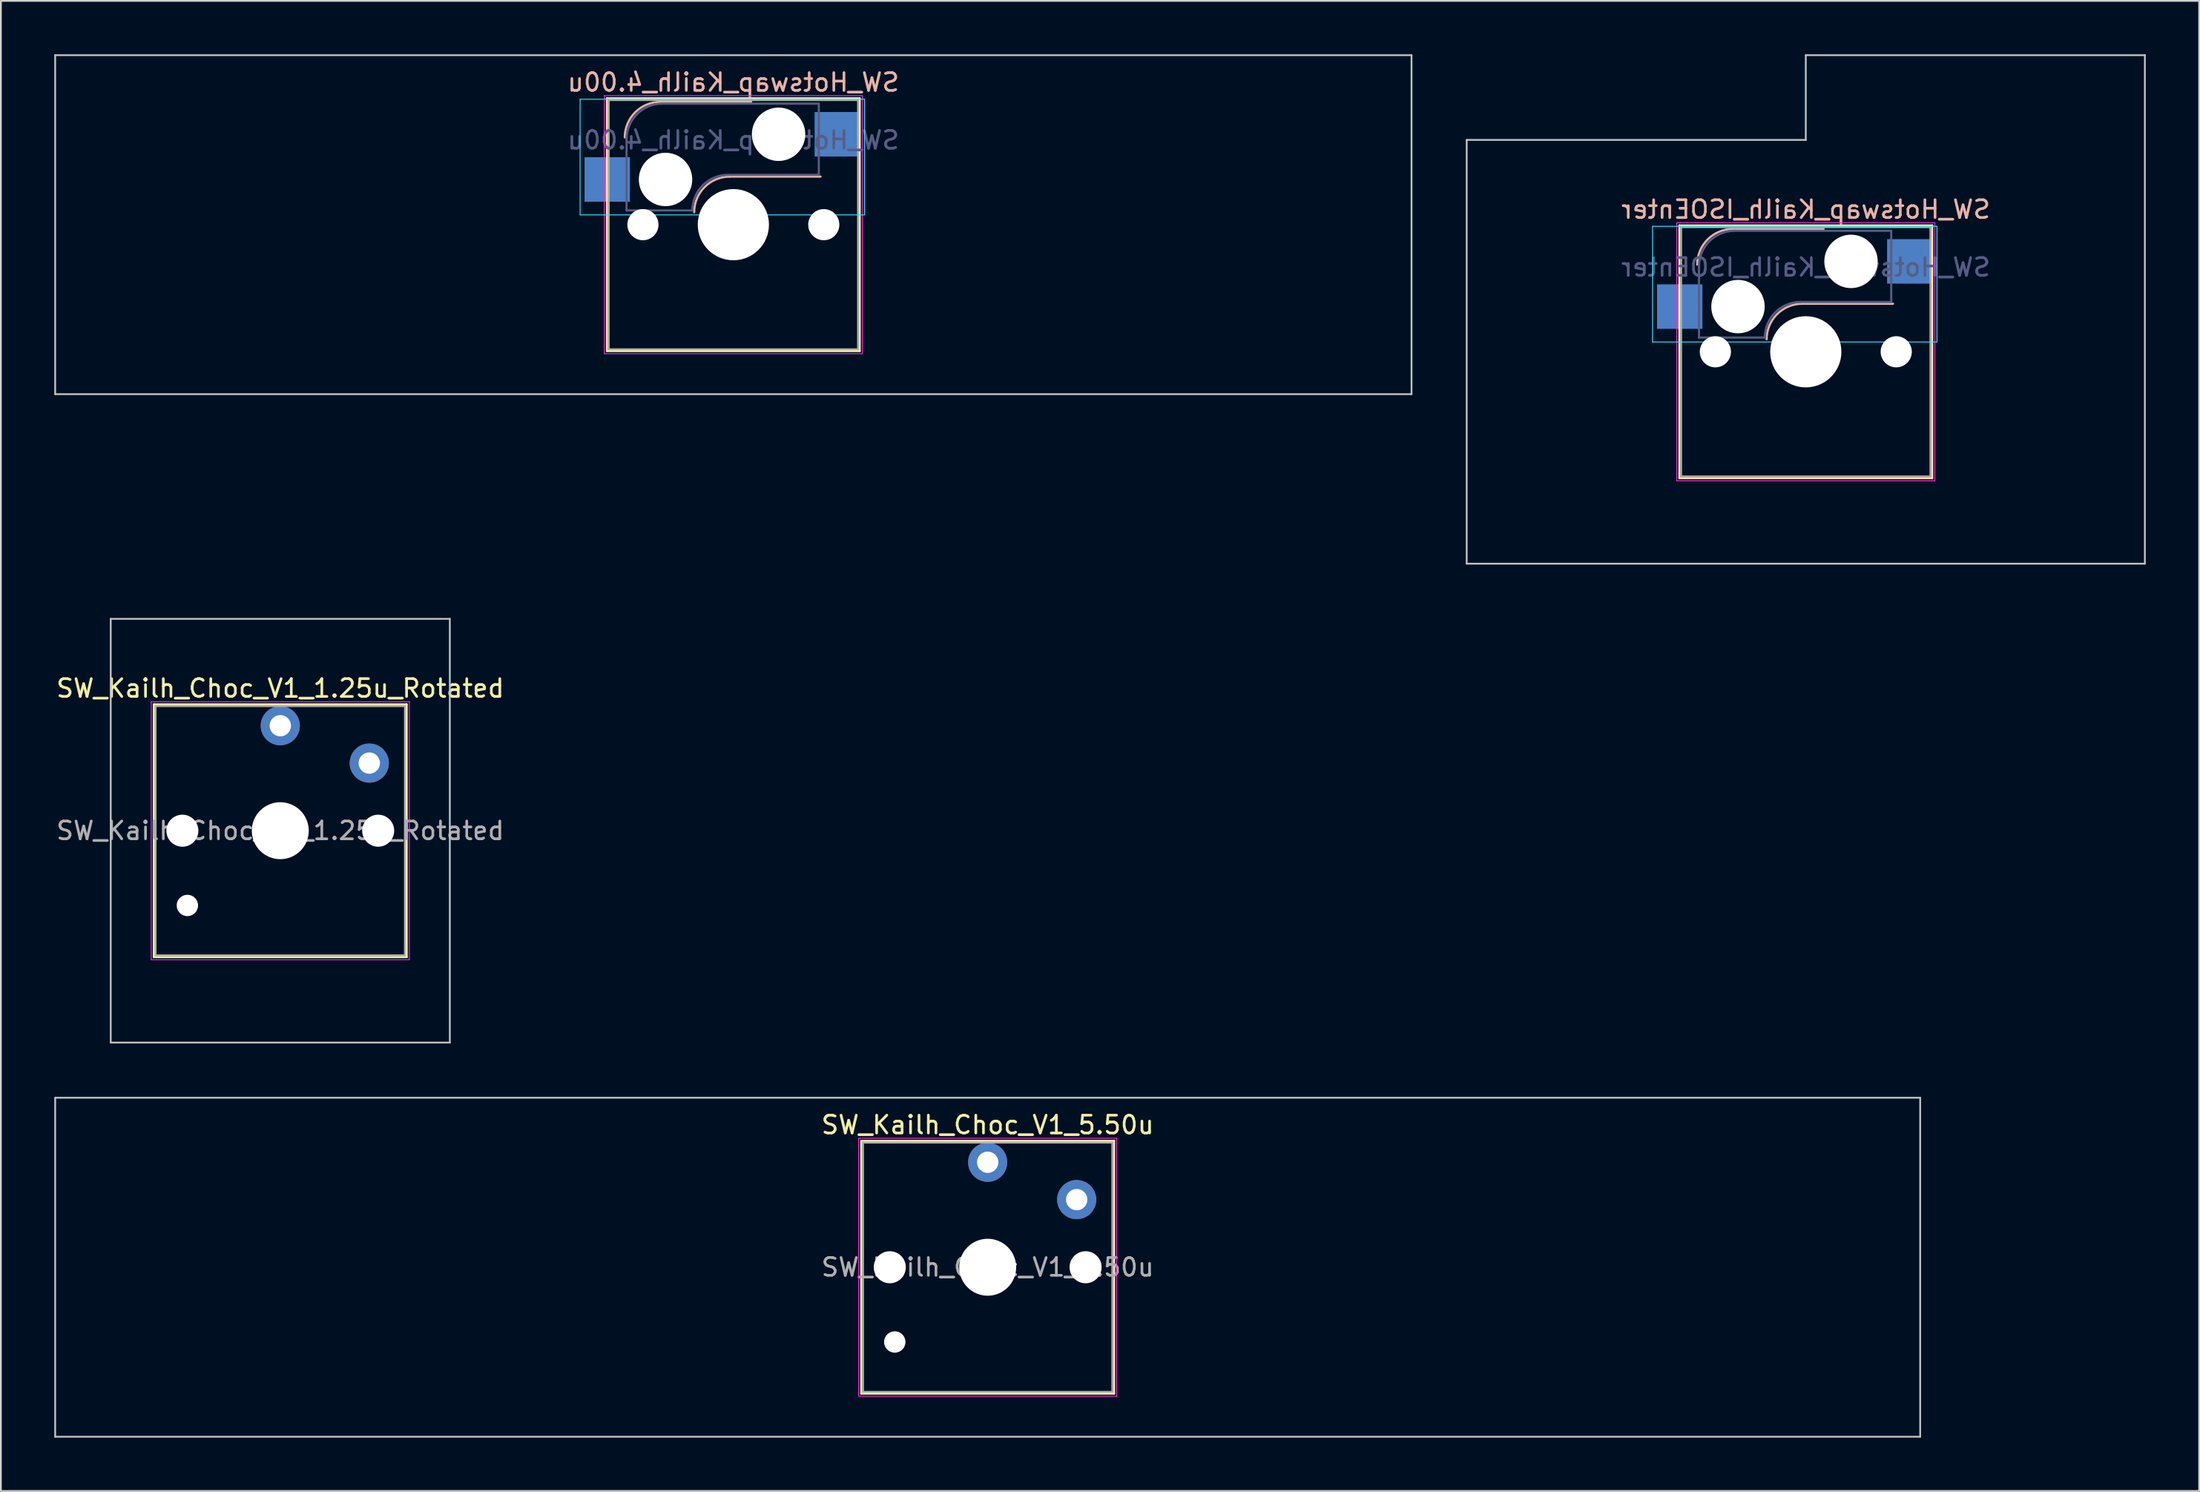
<source format=kicad_pcb>
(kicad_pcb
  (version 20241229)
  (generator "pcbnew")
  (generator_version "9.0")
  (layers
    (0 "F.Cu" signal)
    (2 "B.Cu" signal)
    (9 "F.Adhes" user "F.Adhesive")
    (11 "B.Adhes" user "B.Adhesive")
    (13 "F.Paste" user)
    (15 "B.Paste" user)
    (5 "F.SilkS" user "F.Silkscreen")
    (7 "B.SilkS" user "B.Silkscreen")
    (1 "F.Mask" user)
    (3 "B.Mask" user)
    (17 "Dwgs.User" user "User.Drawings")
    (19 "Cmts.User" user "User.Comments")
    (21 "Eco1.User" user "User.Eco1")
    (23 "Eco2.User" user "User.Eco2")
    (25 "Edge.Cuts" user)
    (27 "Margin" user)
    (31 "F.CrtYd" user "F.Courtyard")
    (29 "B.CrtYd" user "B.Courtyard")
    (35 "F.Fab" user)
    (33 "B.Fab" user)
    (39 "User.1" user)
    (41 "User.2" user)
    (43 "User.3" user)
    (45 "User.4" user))
  (footprint "SW_Kailh_Choc_V1_5.50u"
    (layer "F.Cu")
    (at 52.438 68.162)
    (property "Reference" "SW_Kailh_Choc_V1_5.50u" (at 0 -8 0) (layer "F.SilkS") (effects (font (size 1 1) (thickness 0.15))))
    (attr through_hole)
    (fp_line (start -7.1 -7.1) (end -7.1 7.1) (stroke (width 0.12) (type solid)) (layer "F.SilkS"))
    (fp_line (start -7.1 7.1) (end 7.1 7.1) (stroke (width 0.12) (type solid)) (layer "F.SilkS"))
    (fp_line (start 7.1 -7.1) (end -7.1 -7.1) (stroke (width 0.12) (type solid)) (layer "F.SilkS"))
    (fp_line (start 7.1 7.1) (end 7.1 -7.1) (stroke (width 0.12) (type solid)) (layer "F.SilkS"))
    (fp_line (start -52.388 -9.525) (end -52.388 9.525) (stroke (width 0.1) (type solid)) (layer "Dwgs.User"))
    (fp_line (start -52.388 9.525) (end 52.388 9.525) (stroke (width 0.1) (type solid)) (layer "Dwgs.User"))
    (fp_line (start 52.388 -9.525) (end -52.388 -9.525) (stroke (width 0.1) (type solid)) (layer "Dwgs.User"))
    (fp_line (start 52.388 9.525) (end 52.388 -9.525) (stroke (width 0.1) (type solid)) (layer "Dwgs.User"))
    (fp_line (start -7.25 -7.25) (end -7.25 7.25) (stroke (width 0.05) (type solid)) (layer "F.CrtYd"))
    (fp_line (start -7.25 7.25) (end 7.25 7.25) (stroke (width 0.05) (type solid)) (layer "F.CrtYd"))
    (fp_line (start 7.25 -7.25) (end -7.25 -7.25) (stroke (width 0.05) (type solid)) (layer "F.CrtYd"))
    (fp_line (start 7.25 7.25) (end 7.25 -7.25) (stroke (width 0.05) (type solid)) (layer "F.CrtYd"))
    (fp_line (start -7 -7) (end -7 7) (stroke (width 0.1) (type solid)) (layer "F.Fab"))
    (fp_line (start -7 7) (end 7 7) (stroke (width 0.1) (type solid)) (layer "F.Fab"))
    (fp_line (start 7 -7) (end -7 -7) (stroke (width 0.1) (type solid)) (layer "F.Fab"))
    (fp_line (start 7 7) (end 7 -7) (stroke (width 0.1) (type solid)) (layer "F.Fab"))
    (fp_text user "${REFERENCE}" (at 0 0 0) (layer "F.Fab") (effects (font (size 1 1) (thickness 0.15))))
    (pad "" np_thru_hole circle (at -5.5 0) (size 1.8 1.8) (drill 1.8) (layers "*.Cu" "*.Mask"))
    (pad "" np_thru_hole circle (at -5.22 4.2) (size 1.2 1.2) (drill 1.2) (layers "*.Cu" "*.Mask"))
    (pad "" np_thru_hole circle (at 0 0) (size 3.2 3.2) (drill 3.2) (layers "*.Cu" "*.Mask"))
    (pad "" np_thru_hole circle (at 5.5 0) (size 1.8 1.8) (drill 1.8) (layers "*.Cu" "*.Mask"))
    (pad "1" thru_hole circle (at 0 -5.9) (size 2.2 2.2) (drill 1.2) (layers "*.Cu" "B.Mask"))
    (pad "2" thru_hole circle (at 5 -3.8) (size 2.2 2.2) (drill 1.2) (layers "*.Cu" "B.Mask")))
  (footprint "SW_Hotswap_Kailh_ISOEnter"
    (layer "F.Cu")
    (at 98.4 16.719)
    (property "Reference" "SW_Hotswap_Kailh_ISOEnter" (at 0 -8 0) (layer "B.SilkS") (effects (font (size 1 1) (thickness 0.15)) (justify mirror)))
    (attr smd)
    (fp_line (start -7.1 -7.1) (end -7.1 7.1) (stroke (width 0.12) (type solid)) (layer "F.SilkS"))
    (fp_line (start -7.1 7.1) (end 7.1 7.1) (stroke (width 0.12) (type solid)) (layer "F.SilkS"))
    (fp_line (start 7.1 -7.1) (end -7.1 -7.1) (stroke (width 0.12) (type solid)) (layer "F.SilkS"))
    (fp_line (start 7.1 7.1) (end 7.1 -7.1) (stroke (width 0.12) (type solid)) (layer "F.SilkS"))
    (fp_line (start -4.1 -6.9) (end 1 -6.9) (stroke (width 0.12) (type solid)) (layer "B.SilkS"))
    (fp_line (start -0.2 -2.7) (end 4.9 -2.7) (stroke (width 0.12) (type solid)) (layer "B.SilkS"))
    (fp_arc (start -6.1 -4.9) (mid -5.514214 -6.314214) (end -4.1 -6.9) (stroke (width 0.12) (type solid)) (layer "B.SilkS"))
    (fp_arc (start -2.2 -0.7) (mid -1.614214 -2.114214) (end -0.2 -2.7) (stroke (width 0.12) (type solid)) (layer "B.SilkS"))
    (fp_line (start -19.05 -11.906) (end -19.05 11.906) (stroke (width 0.1) (type solid)) (layer "Dwgs.User"))
    (fp_line (start -19.05 11.906) (end 19.05 11.906) (stroke (width 0.1) (type solid)) (layer "Dwgs.User"))
    (fp_line (start 0 -16.669) (end 0 -11.906) (stroke (width 0.1) (type solid)) (layer "Dwgs.User"))
    (fp_line (start 0 -11.906) (end -19.05 -11.906) (stroke (width 0.1) (type solid)) (layer "Dwgs.User"))
    (fp_line (start 19.05 -16.669) (end 0 -16.669) (stroke (width 0.1) (type solid)) (layer "Dwgs.User"))
    (fp_line (start 19.05 11.906) (end 19.05 -16.669) (stroke (width 0.1) (type solid)) (layer "Dwgs.User"))
    (fp_line (start -8.61 -7.05) (end -8.61 -0.55) (stroke (width 0.05) (type solid)) (layer "B.CrtYd"))
    (fp_line (start -8.61 -0.55) (end 7.37 -0.55) (stroke (width 0.05) (type solid)) (layer "B.CrtYd"))
    (fp_line (start 7.37 -7.05) (end -8.61 -7.05) (stroke (width 0.05) (type solid)) (layer "B.CrtYd"))
    (fp_line (start 7.37 -0.55) (end 7.37 -7.05) (stroke (width 0.05) (type solid)) (layer "B.CrtYd"))
    (fp_line (start -7.25 -7.25) (end -7.25 7.25) (stroke (width 0.05) (type solid)) (layer "F.CrtYd"))
    (fp_line (start -7.25 7.25) (end 7.25 7.25) (stroke (width 0.05) (type solid)) (layer "F.CrtYd"))
    (fp_line (start 7.25 -7.25) (end -7.25 -7.25) (stroke (width 0.05) (type solid)) (layer "F.CrtYd"))
    (fp_line (start 7.25 7.25) (end 7.25 -7.25) (stroke (width 0.05) (type solid)) (layer "F.CrtYd"))
    (fp_line (start -6 -0.8) (end -6 -4.8) (stroke (width 0.12) (type solid)) (layer "B.Fab"))
    (fp_line (start -6 -0.8) (end -2.3 -0.8) (stroke (width 0.12) (type solid)) (layer "B.Fab"))
    (fp_line (start -4 -6.8) (end 4.8 -6.8) (stroke (width 0.12) (type solid)) (layer "B.Fab"))
    (fp_line (start -0.3 -2.8) (end 4.8 -2.8) (stroke (width 0.12) (type solid)) (layer "B.Fab"))
    (fp_line (start 4.8 -6.8) (end 4.8 -2.8) (stroke (width 0.12) (type solid)) (layer "B.Fab"))
    (fp_arc (start -6 -4.8) (mid -5.414214 -6.214214) (end -4 -6.8) (stroke (width 0.12) (type solid)) (layer "B.Fab"))
    (fp_arc (start -2.3 -0.8) (mid -1.714214 -2.214214) (end -0.3 -2.8) (stroke (width 0.12) (type solid)) (layer "B.Fab"))
    (fp_line (start -7 -7) (end -7 7) (stroke (width 0.1) (type solid)) (layer "F.Fab"))
    (fp_line (start -7 7) (end 7 7) (stroke (width 0.1) (type solid)) (layer "F.Fab"))
    (fp_line (start 7 -7) (end -7 -7) (stroke (width 0.1) (type solid)) (layer "F.Fab"))
    (fp_line (start 7 7) (end 7 -7) (stroke (width 0.1) (type solid)) (layer "F.Fab"))
    (fp_text user "${REFERENCE}" (at 0 -4.75 0) (layer "B.Fab") (effects (font (size 1 1) (thickness 0.15)) (justify mirror)))
    (pad "" np_thru_hole circle (at -5.08 0) (size 1.75 1.75) (drill 1.75) (layers "*.Cu" "*.Mask"))
    (pad "" np_thru_hole circle (at -3.81 -2.54) (size 3 3) (drill 3) (layers "*.Cu" "*.Mask"))
    (pad "" np_thru_hole circle (at 0 0) (size 4 4) (drill 4) (layers "*.Cu" "*.Mask"))
    (pad "" np_thru_hole circle (at 2.54 -5.08) (size 3 3) (drill 3) (layers "*.Cu" "*.Mask"))
    (pad "" np_thru_hole circle (at 5.08 0) (size 1.75 1.75) (drill 1.75) (layers "*.Cu" "*.Mask"))
    (pad "1" smd rect (at -7.085 -2.54) (size 2.55 2.5) (layers "B.Cu" "B.Mask" "B.Paste"))
    (pad "2" smd rect (at 5.842 -5.08) (size 2.55 2.5) (layers "B.Cu" "B.Mask" "B.Paste")))
  (footprint "SW_Hotswap_Kailh_4.00u"
    (layer "F.Cu")
    (at 38.15 9.575)
    (property "Reference" "SW_Hotswap_Kailh_4.00u" (at 0 -8 0) (layer "B.SilkS") (effects (font (size 1 1) (thickness 0.15)) (justify mirror)))
    (attr smd)
    (fp_line (start -7.1 -7.1) (end -7.1 7.1) (stroke (width 0.12) (type solid)) (layer "F.SilkS"))
    (fp_line (start -7.1 7.1) (end 7.1 7.1) (stroke (width 0.12) (type solid)) (layer "F.SilkS"))
    (fp_line (start 7.1 -7.1) (end -7.1 -7.1) (stroke (width 0.12) (type solid)) (layer "F.SilkS"))
    (fp_line (start 7.1 7.1) (end 7.1 -7.1) (stroke (width 0.12) (type solid)) (layer "F.SilkS"))
    (fp_line (start -4.1 -6.9) (end 1 -6.9) (stroke (width 0.12) (type solid)) (layer "B.SilkS"))
    (fp_line (start -0.2 -2.7) (end 4.9 -2.7) (stroke (width 0.12) (type solid)) (layer "B.SilkS"))
    (fp_arc (start -6.1 -4.9) (mid -5.514214 -6.314214) (end -4.1 -6.9) (stroke (width 0.12) (type solid)) (layer "B.SilkS"))
    (fp_arc (start -2.2 -0.7) (mid -1.614214 -2.114214) (end -0.2 -2.7) (stroke (width 0.12) (type solid)) (layer "B.SilkS"))
    (fp_line (start -38.1 -9.525) (end -38.1 9.525) (stroke (width 0.1) (type solid)) (layer "Dwgs.User"))
    (fp_line (start -38.1 9.525) (end 38.1 9.525) (stroke (width 0.1) (type solid)) (layer "Dwgs.User"))
    (fp_line (start 38.1 -9.525) (end -38.1 -9.525) (stroke (width 0.1) (type solid)) (layer "Dwgs.User"))
    (fp_line (start 38.1 9.525) (end 38.1 -9.525) (stroke (width 0.1) (type solid)) (layer "Dwgs.User"))
    (fp_line (start -8.61 -7.05) (end -8.61 -0.55) (stroke (width 0.05) (type solid)) (layer "B.CrtYd"))
    (fp_line (start -8.61 -0.55) (end 7.37 -0.55) (stroke (width 0.05) (type solid)) (layer "B.CrtYd"))
    (fp_line (start 7.37 -7.05) (end -8.61 -7.05) (stroke (width 0.05) (type solid)) (layer "B.CrtYd"))
    (fp_line (start 7.37 -0.55) (end 7.37 -7.05) (stroke (width 0.05) (type solid)) (layer "B.CrtYd"))
    (fp_line (start -7.25 -7.25) (end -7.25 7.25) (stroke (width 0.05) (type solid)) (layer "F.CrtYd"))
    (fp_line (start -7.25 7.25) (end 7.25 7.25) (stroke (width 0.05) (type solid)) (layer "F.CrtYd"))
    (fp_line (start 7.25 -7.25) (end -7.25 -7.25) (stroke (width 0.05) (type solid)) (layer "F.CrtYd"))
    (fp_line (start 7.25 7.25) (end 7.25 -7.25) (stroke (width 0.05) (type solid)) (layer "F.CrtYd"))
    (fp_line (start -6 -0.8) (end -6 -4.8) (stroke (width 0.12) (type solid)) (layer "B.Fab"))
    (fp_line (start -6 -0.8) (end -2.3 -0.8) (stroke (width 0.12) (type solid)) (layer "B.Fab"))
    (fp_line (start -4 -6.8) (end 4.8 -6.8) (stroke (width 0.12) (type solid)) (layer "B.Fab"))
    (fp_line (start -0.3 -2.8) (end 4.8 -2.8) (stroke (width 0.12) (type solid)) (layer "B.Fab"))
    (fp_line (start 4.8 -6.8) (end 4.8 -2.8) (stroke (width 0.12) (type solid)) (layer "B.Fab"))
    (fp_arc (start -6 -4.8) (mid -5.414214 -6.214214) (end -4 -6.8) (stroke (width 0.12) (type solid)) (layer "B.Fab"))
    (fp_arc (start -2.3 -0.8) (mid -1.714214 -2.214214) (end -0.3 -2.8) (stroke (width 0.12) (type solid)) (layer "B.Fab"))
    (fp_line (start -7 -7) (end -7 7) (stroke (width 0.1) (type solid)) (layer "F.Fab"))
    (fp_line (start -7 7) (end 7 7) (stroke (width 0.1) (type solid)) (layer "F.Fab"))
    (fp_line (start 7 -7) (end -7 -7) (stroke (width 0.1) (type solid)) (layer "F.Fab"))
    (fp_line (start 7 7) (end 7 -7) (stroke (width 0.1) (type solid)) (layer "F.Fab"))
    (fp_text user "${REFERENCE}" (at 0 -4.75 0) (layer "B.Fab") (effects (font (size 1 1) (thickness 0.15)) (justify mirror)))
    (pad "" np_thru_hole circle (at -5.08 0) (size 1.75 1.75) (drill 1.75) (layers "*.Cu" "*.Mask"))
    (pad "" np_thru_hole circle (at -3.81 -2.54) (size 3 3) (drill 3) (layers "*.Cu" "*.Mask"))
    (pad "" np_thru_hole circle (at 0 0) (size 4 4) (drill 4) (layers "*.Cu" "*.Mask"))
    (pad "" np_thru_hole circle (at 2.54 -5.08) (size 3 3) (drill 3) (layers "*.Cu" "*.Mask"))
    (pad "" np_thru_hole circle (at 5.08 0) (size 1.75 1.75) (drill 1.75) (layers "*.Cu" "*.Mask"))
    (pad "1" smd rect (at -7.085 -2.54) (size 2.55 2.5) (layers "B.Cu" "B.Mask" "B.Paste"))
    (pad "2" smd rect (at 5.842 -5.08) (size 2.55 2.5) (layers "B.Cu" "B.Mask" "B.Paste")))
  (footprint "SW_Kailh_Choc_V1_1.25u_Rotated"
    (layer "F.Cu")
    (at 12.696 43.631)
    (property "Reference" "SW_Kailh_Choc_V1_1.25u_Rotated" (at 0 -8 0) (layer "F.SilkS") (effects (font (size 1 1) (thickness 0.15))))
    (attr through_hole)
    (fp_line (start -7.1 -7.1) (end -7.1 7.1) (stroke (width 0.12) (type solid)) (layer "F.SilkS"))
    (fp_line (start -7.1 7.1) (end 7.1 7.1) (stroke (width 0.12) (type solid)) (layer "F.SilkS"))
    (fp_line (start 7.1 -7.1) (end -7.1 -7.1) (stroke (width 0.12) (type solid)) (layer "F.SilkS"))
    (fp_line (start 7.1 7.1) (end 7.1 -7.1) (stroke (width 0.12) (type solid)) (layer "F.SilkS"))
    (fp_line (start -9.525 -11.906) (end -9.525 11.906) (stroke (width 0.1) (type solid)) (layer "Dwgs.User"))
    (fp_line (start -9.525 11.906) (end 9.525 11.906) (stroke (width 0.1) (type solid)) (layer "Dwgs.User"))
    (fp_line (start 9.525 -11.906) (end -9.525 -11.906) (stroke (width 0.1) (type solid)) (layer "Dwgs.User"))
    (fp_line (start 9.525 11.906) (end 9.525 -11.906) (stroke (width 0.1) (type solid)) (layer "Dwgs.User"))
    (fp_line (start -7.25 -7.25) (end -7.25 7.25) (stroke (width 0.05) (type solid)) (layer "F.CrtYd"))
    (fp_line (start -7.25 7.25) (end 7.25 7.25) (stroke (width 0.05) (type solid)) (layer "F.CrtYd"))
    (fp_line (start 7.25 -7.25) (end -7.25 -7.25) (stroke (width 0.05) (type solid)) (layer "F.CrtYd"))
    (fp_line (start 7.25 7.25) (end 7.25 -7.25) (stroke (width 0.05) (type solid)) (layer "F.CrtYd"))
    (fp_line (start -7 -7) (end -7 7) (stroke (width 0.1) (type solid)) (layer "F.Fab"))
    (fp_line (start -7 7) (end 7 7) (stroke (width 0.1) (type solid)) (layer "F.Fab"))
    (fp_line (start 7 -7) (end -7 -7) (stroke (width 0.1) (type solid)) (layer "F.Fab"))
    (fp_line (start 7 7) (end 7 -7) (stroke (width 0.1) (type solid)) (layer "F.Fab"))
    (fp_text user "${REFERENCE}" (at 0 0 0) (layer "F.Fab") (effects (font (size 1 1) (thickness 0.15))))
    (pad "" np_thru_hole circle (at -5.5 0) (size 1.8 1.8) (drill 1.8) (layers "*.Cu" "*.Mask"))
    (pad "" np_thru_hole circle (at -5.22 4.2) (size 1.2 1.2) (drill 1.2) (layers "*.Cu" "*.Mask"))
    (pad "" np_thru_hole circle (at 0 0) (size 3.2 3.2) (drill 3.2) (layers "*.Cu" "*.Mask"))
    (pad "" np_thru_hole circle (at 5.5 0) (size 1.8 1.8) (drill 1.8) (layers "*.Cu" "*.Mask"))
    (pad "1" thru_hole circle (at 0 -5.9) (size 2.2 2.2) (drill 1.2) (layers "*.Cu" "B.Mask"))
    (pad "2" thru_hole circle (at 5 -3.8) (size 2.2 2.2) (drill 1.2) (layers "*.Cu" "B.Mask")))
  (gr_rect
    (start -3 -3)
    (end 120.5 80.737)
    (stroke (width 0.1) (type default))
    (fill no)
    (layer "Edge.Cuts")))
</source>
